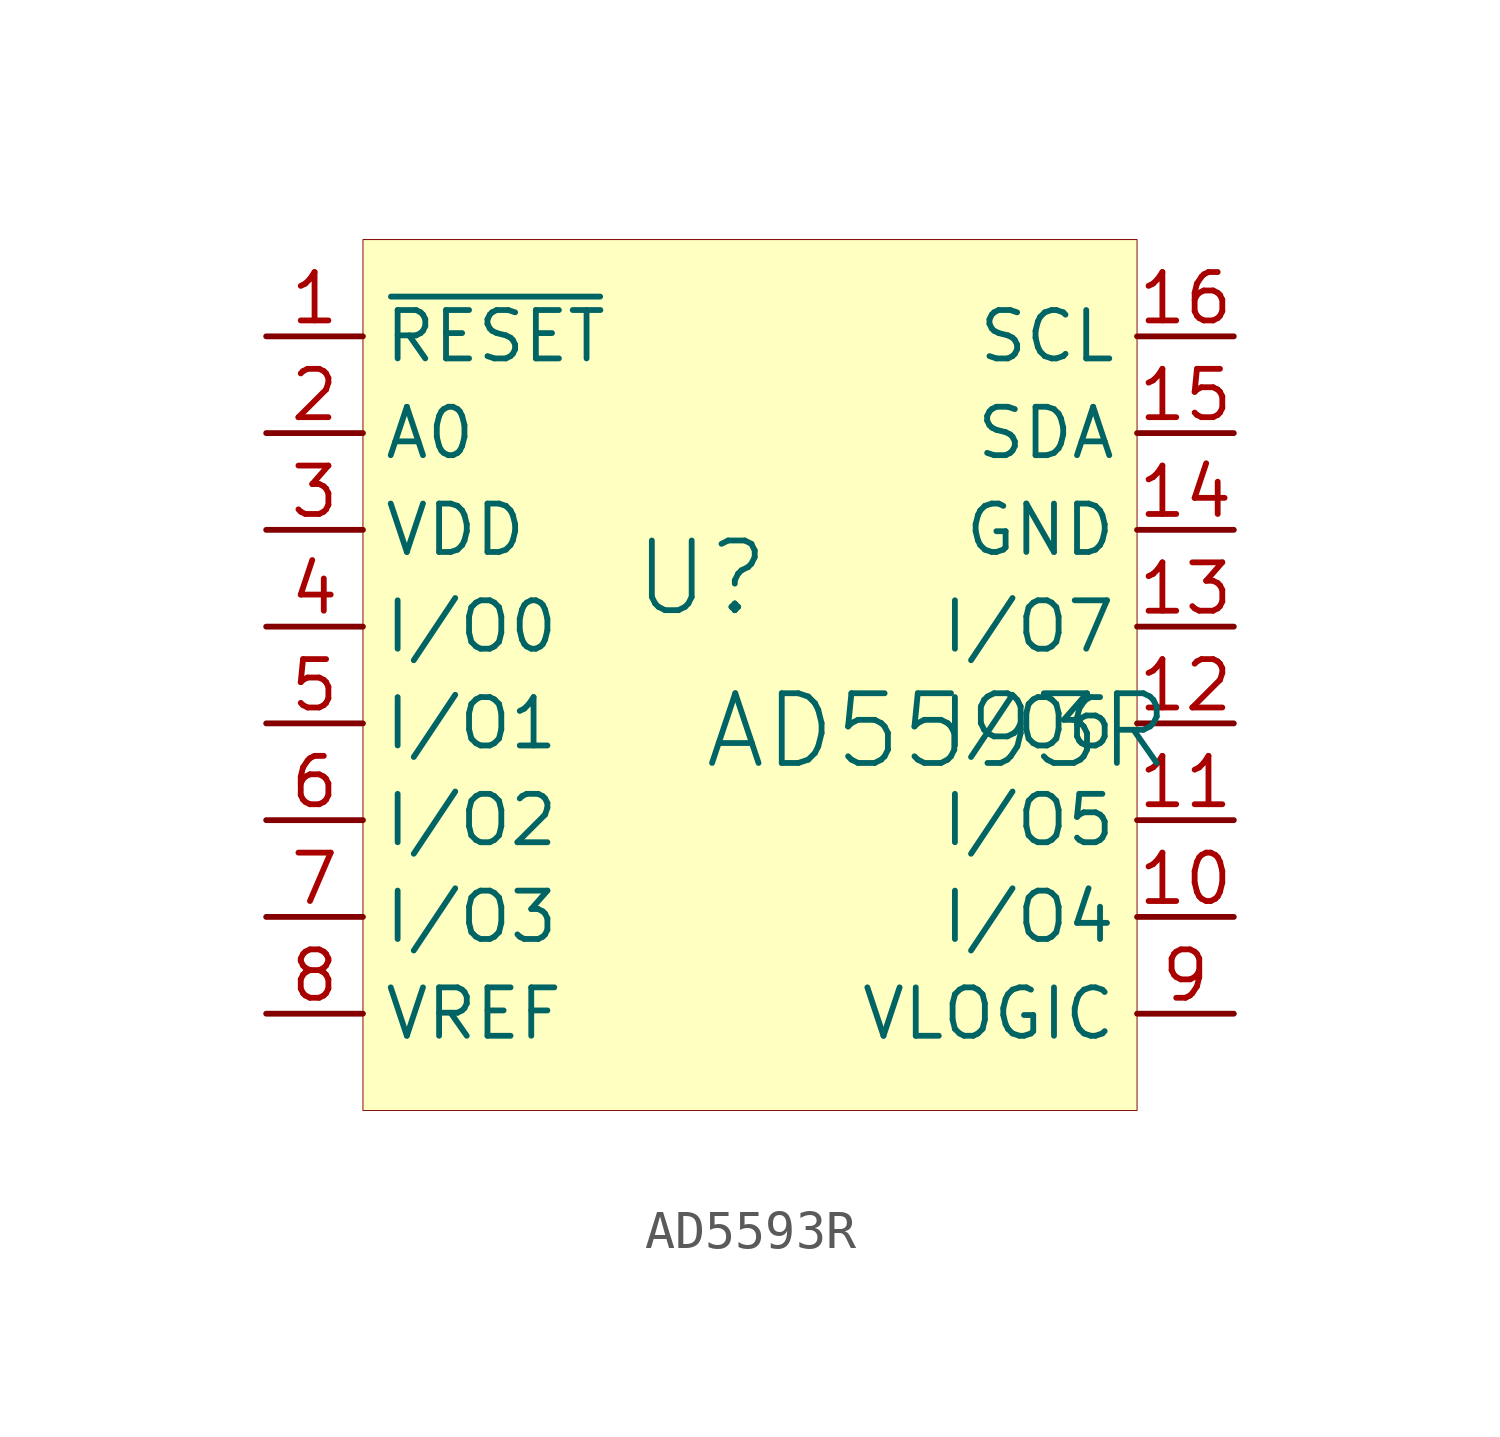
<source format=kicad_sym>
(kicad_symbol_lib
  (version 20241209)
  (generator "kicad_symbol_editor")
  (generator_version "9.0")
  (symbol "AD5593R"
    (property "Reference" "U"
      (at -1.27 1.27 0)
      (effects (font (size 1.829 1.829))))
    (property "Value" "AD5593R"
      (at -1.27 -3.81 0)
      (effects (font (size 1.829 1.829)) (justify left bottom)))
    (symbol "AD5593R_1_0"
      (rectangle (start 10.16 10.16) (end -10.16 -12.7) (stroke (width 0.025) (type solid) (color 128 0 0 1)) (fill (type background)))
      (pin passive line (at -12.7 7.62 0) (length 2.54) (name "~{RESET}" (effects (font (size 1.27 1.27)))) (number "1" (effects (font (size 1.27 1.27)))))
      (pin passive line (at -12.7 5.08 0) (length 2.54) (name "A0" (effects (font (size 1.27 1.27)))) (number "2" (effects (font (size 1.27 1.27)))))
      (pin passive line (at -12.7 2.54 0) (length 2.54) (name "VDD" (effects (font (size 1.27 1.27)))) (number "3" (effects (font (size 1.27 1.27)))))
      (pin passive line (at -12.7 0 0) (length 2.54) (name "I/O0" (effects (font (size 1.27 1.27)))) (number "4" (effects (font (size 1.27 1.27)))))
      (pin passive line (at -12.7 -2.54 0) (length 2.54) (name "I/O1" (effects (font (size 1.27 1.27)))) (number "5" (effects (font (size 1.27 1.27)))))
      (pin passive line (at -12.7 -5.08 0) (length 2.54) (name "I/O2" (effects (font (size 1.27 1.27)))) (number "6" (effects (font (size 1.27 1.27)))))
      (pin passive line (at -12.7 -7.62 0) (length 2.54) (name "I/O3" (effects (font (size 1.27 1.27)))) (number "7" (effects (font (size 1.27 1.27)))))
      (pin passive line (at -12.7 -10.16 0) (length 2.54) (name "VREF" (effects (font (size 1.27 1.27)))) (number "8" (effects (font (size 1.27 1.27)))))
      (pin passive line (at 12.7 7.62 180) (length 2.54) (name "SCL" (effects (font (size 1.27 1.27)))) (number "16" (effects (font (size 1.27 1.27)))))
      (pin passive line (at 12.7 5.08 180) (length 2.54) (name "SDA" (effects (font (size 1.27 1.27)))) (number "15" (effects (font (size 1.27 1.27)))))
      (pin passive line (at 12.7 2.54 180) (length 2.54) (name "GND" (effects (font (size 1.27 1.27)))) (number "14" (effects (font (size 1.27 1.27)))))
      (pin passive line (at 12.7 0 180) (length 2.54) (name "I/O7" (effects (font (size 1.27 1.27)))) (number "13" (effects (font (size 1.27 1.27)))))
      (pin passive line (at 12.7 -2.54 180) (length 2.54) (name "I/O6" (effects (font (size 1.27 1.27)))) (number "12" (effects (font (size 1.27 1.27)))))
      (pin passive line (at 12.7 -5.08 180) (length 2.54) (name "I/O5" (effects (font (size 1.27 1.27)))) (number "11" (effects (font (size 1.27 1.27)))))
      (pin passive line (at 12.7 -7.62 180) (length 2.54) (name "I/O4" (effects (font (size 1.27 1.27)))) (number "10" (effects (font (size 1.27 1.27)))))
      (pin passive line (at 12.7 -10.16 180) (length 2.54) (name "VLOGIC" (effects (font (size 1.27 1.27)))) (number "9" (effects (font (size 1.27 1.27))))))))
</source>
